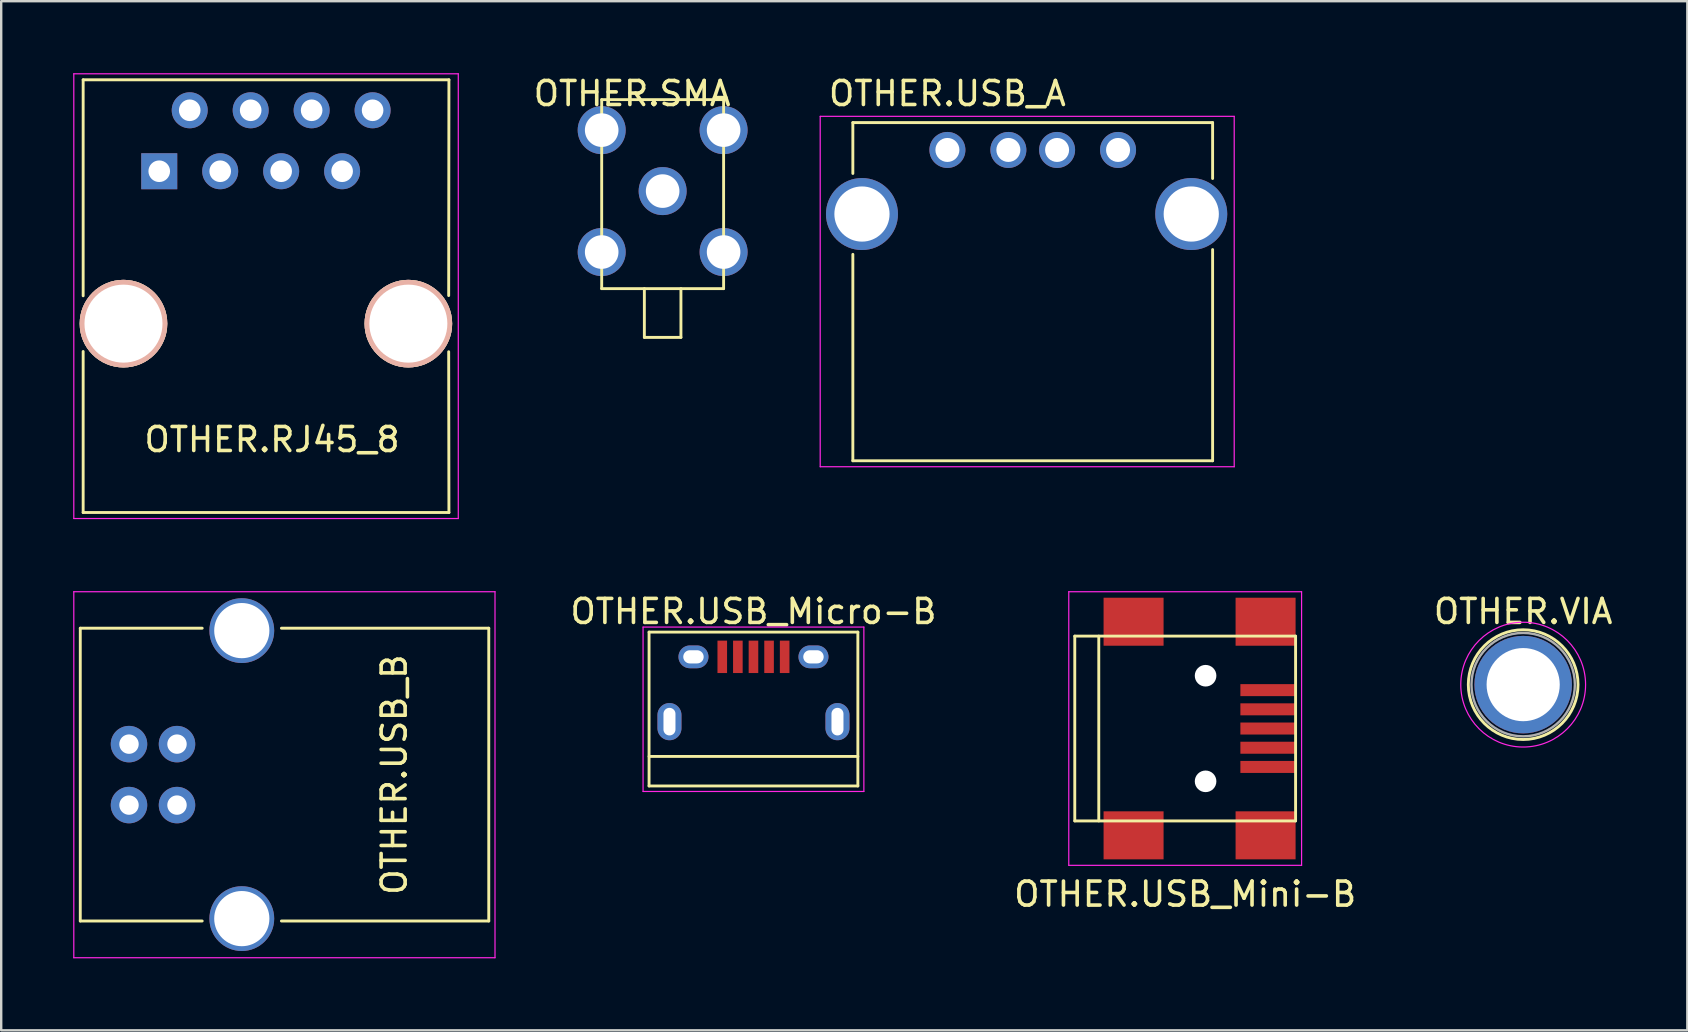
<source format=kicad_pcb>
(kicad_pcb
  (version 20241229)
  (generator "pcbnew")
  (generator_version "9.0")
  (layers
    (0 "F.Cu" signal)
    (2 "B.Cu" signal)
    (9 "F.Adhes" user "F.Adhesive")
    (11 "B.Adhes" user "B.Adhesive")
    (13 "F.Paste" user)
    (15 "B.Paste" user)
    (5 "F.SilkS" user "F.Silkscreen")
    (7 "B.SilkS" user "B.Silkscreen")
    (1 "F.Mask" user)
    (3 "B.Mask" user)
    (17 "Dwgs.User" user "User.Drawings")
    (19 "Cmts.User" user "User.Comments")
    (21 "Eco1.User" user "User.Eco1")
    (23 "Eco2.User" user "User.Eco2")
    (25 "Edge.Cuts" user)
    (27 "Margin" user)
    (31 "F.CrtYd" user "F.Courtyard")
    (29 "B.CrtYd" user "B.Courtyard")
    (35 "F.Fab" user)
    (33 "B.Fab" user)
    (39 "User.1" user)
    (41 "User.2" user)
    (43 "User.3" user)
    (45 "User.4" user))
  (footprint "OTHER.SMA"
    (layer "F.Cu")
    (at 24.56 4.912)
    (property "Reference" "OTHER.SMA" (at -1.27 -4.064 0) (layer "F.SilkS") (effects (font (size 1 1) (thickness 0.15))))
    (attr through_hole)
    (fp_line (start -2.54 -3.81) (end -2.54 4.064) (stroke (width 0.12) (type solid)) (layer "F.SilkS"))
    (fp_line (start -2.54 4.064) (end 2.54 4.064) (stroke (width 0.12) (type solid)) (layer "F.SilkS"))
    (fp_line (start -0.762 4.064) (end -0.762 6.096) (stroke (width 0.12) (type solid)) (layer "F.SilkS"))
    (fp_line (start -0.762 6.096) (end 0.762 6.096) (stroke (width 0.12) (type solid)) (layer "F.SilkS"))
    (fp_line (start 0.762 6.096) (end 0.762 4.064) (stroke (width 0.12) (type solid)) (layer "F.SilkS"))
    (fp_line (start 2.54 -3.81) (end -2.54 -3.81) (stroke (width 0.12) (type solid)) (layer "F.SilkS"))
    (fp_line (start 2.54 4.064) (end 2.54 -3.81) (stroke (width 0.12) (type solid)) (layer "F.SilkS"))
    (pad "1" thru_hole circle (at 0 0) (size 2 2) (drill 1.4) (layers "*.Cu" "*.Mask"))
    (pad "2" thru_hole circle (at -2.54 -2.54) (size 2 2) (drill 1.4) (layers "*.Cu" "*.Mask"))
    (pad "2" thru_hole circle (at -2.54 2.54) (size 2 2) (drill 1.4) (layers "*.Cu" "*.Mask"))
    (pad "2" thru_hole circle (at 2.54 -2.54) (size 2 2) (drill 1.4) (layers "*.Cu" "*.Mask"))
    (pad "2" thru_hole circle (at 2.54 2.54) (size 2 2) (drill 1.4) (layers "*.Cu" "*.Mask")))
  (footprint "OTHER.USB_Mini-B"
    (layer "F.Cu")
    (at 46.982 27.305)
    (property "Reference" "OTHER.USB_Mini-B" (at -0.65 6.9 0) (layer "F.SilkS") (effects (font (size 1 1) (thickness 0.15))))
    (attr smd)
    (fp_line (start -5.25 -3.85) (end -5.25 3.85) (stroke (width 0.12) (type solid)) (layer "F.SilkS"))
    (fp_line (start -5.25 3.85) (end 3.95 3.85) (stroke (width 0.12) (type solid)) (layer "F.SilkS"))
    (fp_line (start -4.25 -3.85) (end -4.25 3.85) (stroke (width 0.12) (type solid)) (layer "F.SilkS"))
    (fp_line (start 3.95 -3.85) (end -5.25 -3.85) (stroke (width 0.12) (type solid)) (layer "F.SilkS"))
    (fp_line (start 3.95 3.85) (end 3.95 -3.85) (stroke (width 0.12) (type solid)) (layer "F.SilkS"))
    (fp_line (start -5.5 -5.7) (end 4.2 -5.7) (stroke (width 0.05) (type solid)) (layer "F.CrtYd"))
    (fp_line (start -5.5 5.7) (end -5.5 -5.7) (stroke (width 0.05) (type solid)) (layer "F.CrtYd"))
    (fp_line (start 4.2 -5.7) (end 4.2 5.7) (stroke (width 0.05) (type solid)) (layer "F.CrtYd"))
    (fp_line (start 4.2 5.7) (end -5.5 5.7) (stroke (width 0.05) (type solid)) (layer "F.CrtYd"))
    (pad "" np_thru_hole circle (at 0.2 -2.2) (size 0.9 0.9) (drill 0.9) (layers "*.Cu" "*.Mask"))
    (pad "" np_thru_hole circle (at 0.2 2.2) (size 0.9 0.9) (drill 0.9) (layers "*.Cu" "*.Mask"))
    (pad "1" smd rect (at 2.8 -1.6) (size 2.3 0.5) (layers "F.Cu" "F.Mask" "F.Paste"))
    (pad "2" smd rect (at 2.8 -0.8) (size 2.3 0.5) (layers "F.Cu" "F.Mask" "F.Paste"))
    (pad "3" smd rect (at 2.8 0) (size 2.3 0.5) (layers "F.Cu" "F.Mask" "F.Paste"))
    (pad "4" smd rect (at 2.8 0.8) (size 2.3 0.5) (layers "F.Cu" "F.Mask" "F.Paste"))
    (pad "5" smd rect (at 2.8 1.6) (size 2.3 0.5) (layers "F.Cu" "F.Mask" "F.Paste"))
    (pad "6" smd rect (at -2.8 -4.45) (size 2.5 2) (layers "F.Cu" "F.Mask" "F.Paste"))
    (pad "6" smd rect (at -2.8 4.45) (size 2.5 2) (layers "F.Cu" "F.Mask" "F.Paste"))
    (pad "6" smd rect (at 2.7 -4.45) (size 2.5 2) (layers "F.Cu" "F.Mask" "F.Paste"))
    (pad "6" smd rect (at 2.7 4.45) (size 2.5 2) (layers "F.Cu" "F.Mask" "F.Paste")))
  (footprint "OTHER.USB_Micro-B"
    (layer "F.Cu")
    (at 28.344 25.668)
    (property "Reference" "OTHER.USB_Micro-B" (at 0 -3.24 0) (layer "F.SilkS") (effects (font (size 1 1) (thickness 0.15))))
    (attr smd)
    (fp_line (start -4.35 -2.38) (end 4.35 -2.38) (stroke (width 0.12) (type solid)) (layer "F.SilkS"))
    (fp_line (start -4.35 4.03) (end -4.35 -2.38) (stroke (width 0.12) (type solid)) (layer "F.SilkS"))
    (fp_line (start -4.35 4.03) (end 4.35 4.03) (stroke (width 0.12) (type solid)) (layer "F.SilkS"))
    (fp_line (start 4.35 -2.38) (end 4.35 4.03) (stroke (width 0.12) (type solid)) (layer "F.SilkS"))
    (fp_line (start 4.35 2.8) (end -4.35 2.8) (stroke (width 0.12) (type solid)) (layer "F.SilkS"))
    (fp_line (start -4.6 -2.59) (end 4.6 -2.59) (stroke (width 0.05) (type solid)) (layer "F.CrtYd"))
    (fp_line (start -4.6 4.26) (end -4.6 -2.59) (stroke (width 0.05) (type solid)) (layer "F.CrtYd"))
    (fp_line (start 4.6 -2.59) (end 4.6 4.26) (stroke (width 0.05) (type solid)) (layer "F.CrtYd"))
    (fp_line (start 4.6 4.26) (end -4.6 4.26) (stroke (width 0.05) (type solid)) (layer "F.CrtYd"))
    (pad "1" smd rect (at -1.3 -1.35 90) (size 1.35 0.4) (layers "F.Cu" "F.Mask" "F.Paste"))
    (pad "2" smd rect (at -0.65 -1.35 90) (size 1.35 0.4) (layers "F.Cu" "F.Mask" "F.Paste"))
    (pad "3" smd rect (at 0 -1.35 90) (size 1.35 0.4) (layers "F.Cu" "F.Mask" "F.Paste"))
    (pad "4" smd rect (at 0.65 -1.35 90) (size 1.35 0.4) (layers "F.Cu" "F.Mask" "F.Paste"))
    (pad "5" smd rect (at 1.3 -1.35 90) (size 1.35 0.4) (layers "F.Cu" "F.Mask" "F.Paste"))
    (pad "6" thru_hole oval (at -3.5 1.35 90) (size 1.55 1) (drill oval 1.15 0.5) (layers "*.Cu" "*.Mask"))
    (pad "6" thru_hole oval (at -2.5 -1.35 90) (size 0.95 1.25) (drill oval 0.55 0.85) (layers "*.Cu" "*.Mask"))
    (pad "6" thru_hole oval (at 2.5 -1.35 90) (size 0.95 1.25) (drill oval 0.55 0.85) (layers "*.Cu" "*.Mask"))
    (pad "6" thru_hole oval (at 3.5 1.35 90) (size 1.55 1) (drill oval 1.15 0.5) (layers "*.Cu" "*.Mask")))
  (footprint "OTHER.RJ45_8"
    (layer "F.Cu")
    (at 3.585 4.085)
    (property "Reference" "OTHER.RJ45_8" (at 4.7 11.18 0) (layer "F.SilkS") (effects (font (size 1 1) (thickness 0.15))))
    (attr through_hole)
    (fp_line (start -3.17 -3.81) (end -3.17 5.19) (stroke (width 0.12) (type solid)) (layer "F.SilkS"))
    (fp_line (start -3.17 7.51) (end -3.17 14.22) (stroke (width 0.12) (type solid)) (layer "F.SilkS"))
    (fp_line (start -3.17 14.22) (end 12.07 14.22) (stroke (width 0.12) (type solid)) (layer "F.SilkS"))
    (fp_line (start 12.06 7.52) (end 12.07 14.22) (stroke (width 0.12) (type solid)) (layer "F.SilkS"))
    (fp_line (start 12.07 -3.81) (end -3.17 -3.81) (stroke (width 0.12) (type solid)) (layer "F.SilkS"))
    (fp_line (start 12.07 -3.81) (end 12.06 5.18) (stroke (width 0.12) (type solid)) (layer "F.SilkS"))
    (fp_line (start -3.56 -4.06) (end -3.56 14.47) (stroke (width 0.05) (type solid)) (layer "F.CrtYd"))
    (fp_line (start -3.56 -4.06) (end 12.46 -4.06) (stroke (width 0.05) (type solid)) (layer "F.CrtYd"))
    (fp_line (start 12.46 14.47) (end -3.56 14.47) (stroke (width 0.05) (type solid)) (layer "F.CrtYd"))
    (fp_line (start 12.46 14.47) (end 12.46 -4.06) (stroke (width 0.05) (type solid)) (layer "F.CrtYd"))
    (pad "" np_thru_hole circle (at -1.49 6.35) (size 3.65 3.65) (drill 3.25) (layers "*.Cu" "*.SilkS" "*.Mask"))
    (pad "" np_thru_hole circle (at 10.38 6.35) (size 3.65 3.65) (drill 3.25) (layers "*.Cu" "*.SilkS" "*.Mask"))
    (pad "1" thru_hole rect (at 0 0) (size 1.5 1.5) (drill 0.9) (layers "*.Cu" "*.Mask"))
    (pad "2" thru_hole circle (at 1.27 -2.54) (size 1.5 1.5) (drill 0.9) (layers "*.Cu" "*.Mask"))
    (pad "3" thru_hole circle (at 2.54 0) (size 1.5 1.5) (drill 0.9) (layers "*.Cu" "*.Mask"))
    (pad "4" thru_hole circle (at 3.81 -2.54) (size 1.5 1.5) (drill 0.9) (layers "*.Cu" "*.Mask"))
    (pad "5" thru_hole circle (at 5.08 0) (size 1.5 1.5) (drill 0.9) (layers "*.Cu" "*.Mask"))
    (pad "6" thru_hole circle (at 6.35 -2.54) (size 1.5 1.5) (drill 0.9) (layers "*.Cu" "*.Mask"))
    (pad "7" thru_hole circle (at 7.62 0) (size 1.5 1.5) (drill 0.9) (layers "*.Cu" "*.Mask"))
    (pad "8" thru_hole circle (at 8.89 -2.54) (size 1.5 1.5) (drill 0.9) (layers "*.Cu" "*.Mask")))
  (footprint "OTHER.USB_A"
    (layer "F.Cu")
    (at 36.425 3.198)
    (property "Reference" "OTHER.USB_A" (at 0 -2.35 0) (layer "F.SilkS") (effects (font (size 1 1) (thickness 0.15))))
    (attr through_hole)
    (fp_line (start -3.94 -1.14) (end -3.94 0.98) (stroke (width 0.12) (type solid)) (layer "F.SilkS"))
    (fp_line (start -3.94 4.35) (end -3.94 12.95) (stroke (width 0.12) (type solid)) (layer "F.SilkS"))
    (fp_line (start 11.05 -1.14) (end -3.94 -1.14) (stroke (width 0.12) (type solid)) (layer "F.SilkS"))
    (fp_line (start 11.05 -1.14) (end 11.05 1.19) (stroke (width 0.12) (type solid)) (layer "F.SilkS"))
    (fp_line (start 11.05 4.15) (end 11.05 12.95) (stroke (width 0.12) (type solid)) (layer "F.SilkS"))
    (fp_line (start 11.05 12.95) (end -3.94 12.95) (stroke (width 0.12) (type solid)) (layer "F.SilkS"))
    (fp_line (start -5.3 -1.4) (end 11.95 -1.4) (stroke (width 0.05) (type solid)) (layer "F.CrtYd"))
    (fp_line (start -5.3 13.2) (end -5.3 -1.4) (stroke (width 0.05) (type solid)) (layer "F.CrtYd"))
    (fp_line (start -5.3 13.2) (end 11.95 13.2) (stroke (width 0.05) (type solid)) (layer "F.CrtYd"))
    (fp_line (start 11.95 -1.4) (end 11.95 13.2) (stroke (width 0.05) (type solid)) (layer "F.CrtYd"))
    (pad "1" thru_hole circle (at 0 0 270) (size 1.5 1.5) (drill 1) (layers "*.Cu" "*.Mask"))
    (pad "2" thru_hole circle (at 2.54 0 270) (size 1.5 1.5) (drill 1) (layers "*.Cu" "*.Mask"))
    (pad "3" thru_hole circle (at 4.57 0 270) (size 1.5 1.5) (drill 1) (layers "*.Cu" "*.Mask"))
    (pad "4" thru_hole circle (at 7.11 0 270) (size 1.5 1.5) (drill 1) (layers "*.Cu" "*.Mask"))
    (pad "5" thru_hole circle (at -3.56 2.67 270) (size 3 3) (drill 2.3) (layers "*.Cu" "*.Mask"))
    (pad "5" thru_hole circle (at 10.16 2.67 270) (size 3 3) (drill 2.3) (layers "*.Cu" "*.Mask")))
  (footprint "OTHER.USB_B"
    (layer "F.Cu")
    (at 2.325 27.955)
    (property "Reference" "OTHER.USB_B" (at 11.05 1.27 90) (layer "F.SilkS") (effects (font (size 1 1) (thickness 0.15))))
    (attr through_hole)
    (fp_line (start -2.03 -4.83) (end 3.05 -4.83) (stroke (width 0.12) (type solid)) (layer "F.SilkS"))
    (fp_line (start -2.03 7.37) (end -2.03 -4.83) (stroke (width 0.12) (type solid)) (layer "F.SilkS"))
    (fp_line (start -2.03 7.37) (end 3.05 7.37) (stroke (width 0.12) (type solid)) (layer "F.SilkS"))
    (fp_line (start 6.35 -4.83) (end 14.99 -4.83) (stroke (width 0.12) (type solid)) (layer "F.SilkS"))
    (fp_line (start 6.35 7.37) (end 14.99 7.37) (stroke (width 0.12) (type solid)) (layer "F.SilkS"))
    (fp_line (start 14.99 -4.83) (end 14.99 7.37) (stroke (width 0.12) (type solid)) (layer "F.SilkS"))
    (fp_line (start -2.3 -6.35) (end 15.25 -6.35) (stroke (width 0.05) (type solid)) (layer "F.CrtYd"))
    (fp_line (start -2.3 8.9) (end -2.3 -6.35) (stroke (width 0.05) (type solid)) (layer "F.CrtYd"))
    (fp_line (start 15.25 -6.35) (end 15.25 8.9) (stroke (width 0.05) (type solid)) (layer "F.CrtYd"))
    (fp_line (start 15.25 8.9) (end -2.3 8.9) (stroke (width 0.05) (type solid)) (layer "F.CrtYd"))
    (pad "1" thru_hole circle (at 0 0 270) (size 1.52 1.52) (drill 0.81) (layers "*.Cu" "*.Mask"))
    (pad "2" thru_hole circle (at 0 2.54 270) (size 1.52 1.52) (drill 0.81) (layers "*.Cu" "*.Mask"))
    (pad "3" thru_hole circle (at 2 2.54 270) (size 1.52 1.52) (drill 0.81) (layers "*.Cu" "*.Mask"))
    (pad "4" thru_hole circle (at 2 0 270) (size 1.52 1.52) (drill 0.81) (layers "*.Cu" "*.Mask"))
    (pad "5" thru_hole circle (at 4.7 -4.73 270) (size 2.7 2.7) (drill 2.3) (layers "*.Cu" "*.Mask"))
    (pad "5" thru_hole circle (at 4.7 7.27 270) (size 2.7 2.7) (drill 2.3) (layers "*.Cu" "*.Mask")))
  (footprint "OTHER.VIA"
    (layer "F.Cu")
    (at 60.415 25.476)
    (property "Reference" "OTHER.VIA" (at 0 -3.048 0) (layer "F.SilkS") (effects (font (size 1 1) (thickness 0.15))))
    (attr through_hole)
    (fp_circle (center 0 0) (end 0 -2.286) (stroke (width 0.12) (type solid)) (fill no) (layer "F.SilkS"))
    (fp_circle (center 0 0) (end 2.6 0) (stroke (width 0.05) (type solid)) (fill no) (layer "F.CrtYd"))
    (fp_circle (center 0 0) (end 2 0.8) (stroke (width 0.1) (type solid)) (fill no) (layer "F.Fab"))
    (pad "1" thru_hole circle (at 0 0) (size 4.064 4.064) (drill 3.048) (layers "*.Cu" "*.Mask")))
  (gr_rect
    (start -3 -3)
    (end 67.255 39.88)
    (stroke (width 0.1) (type default))
    (fill no)
    (layer "Edge.Cuts")))
</source>
